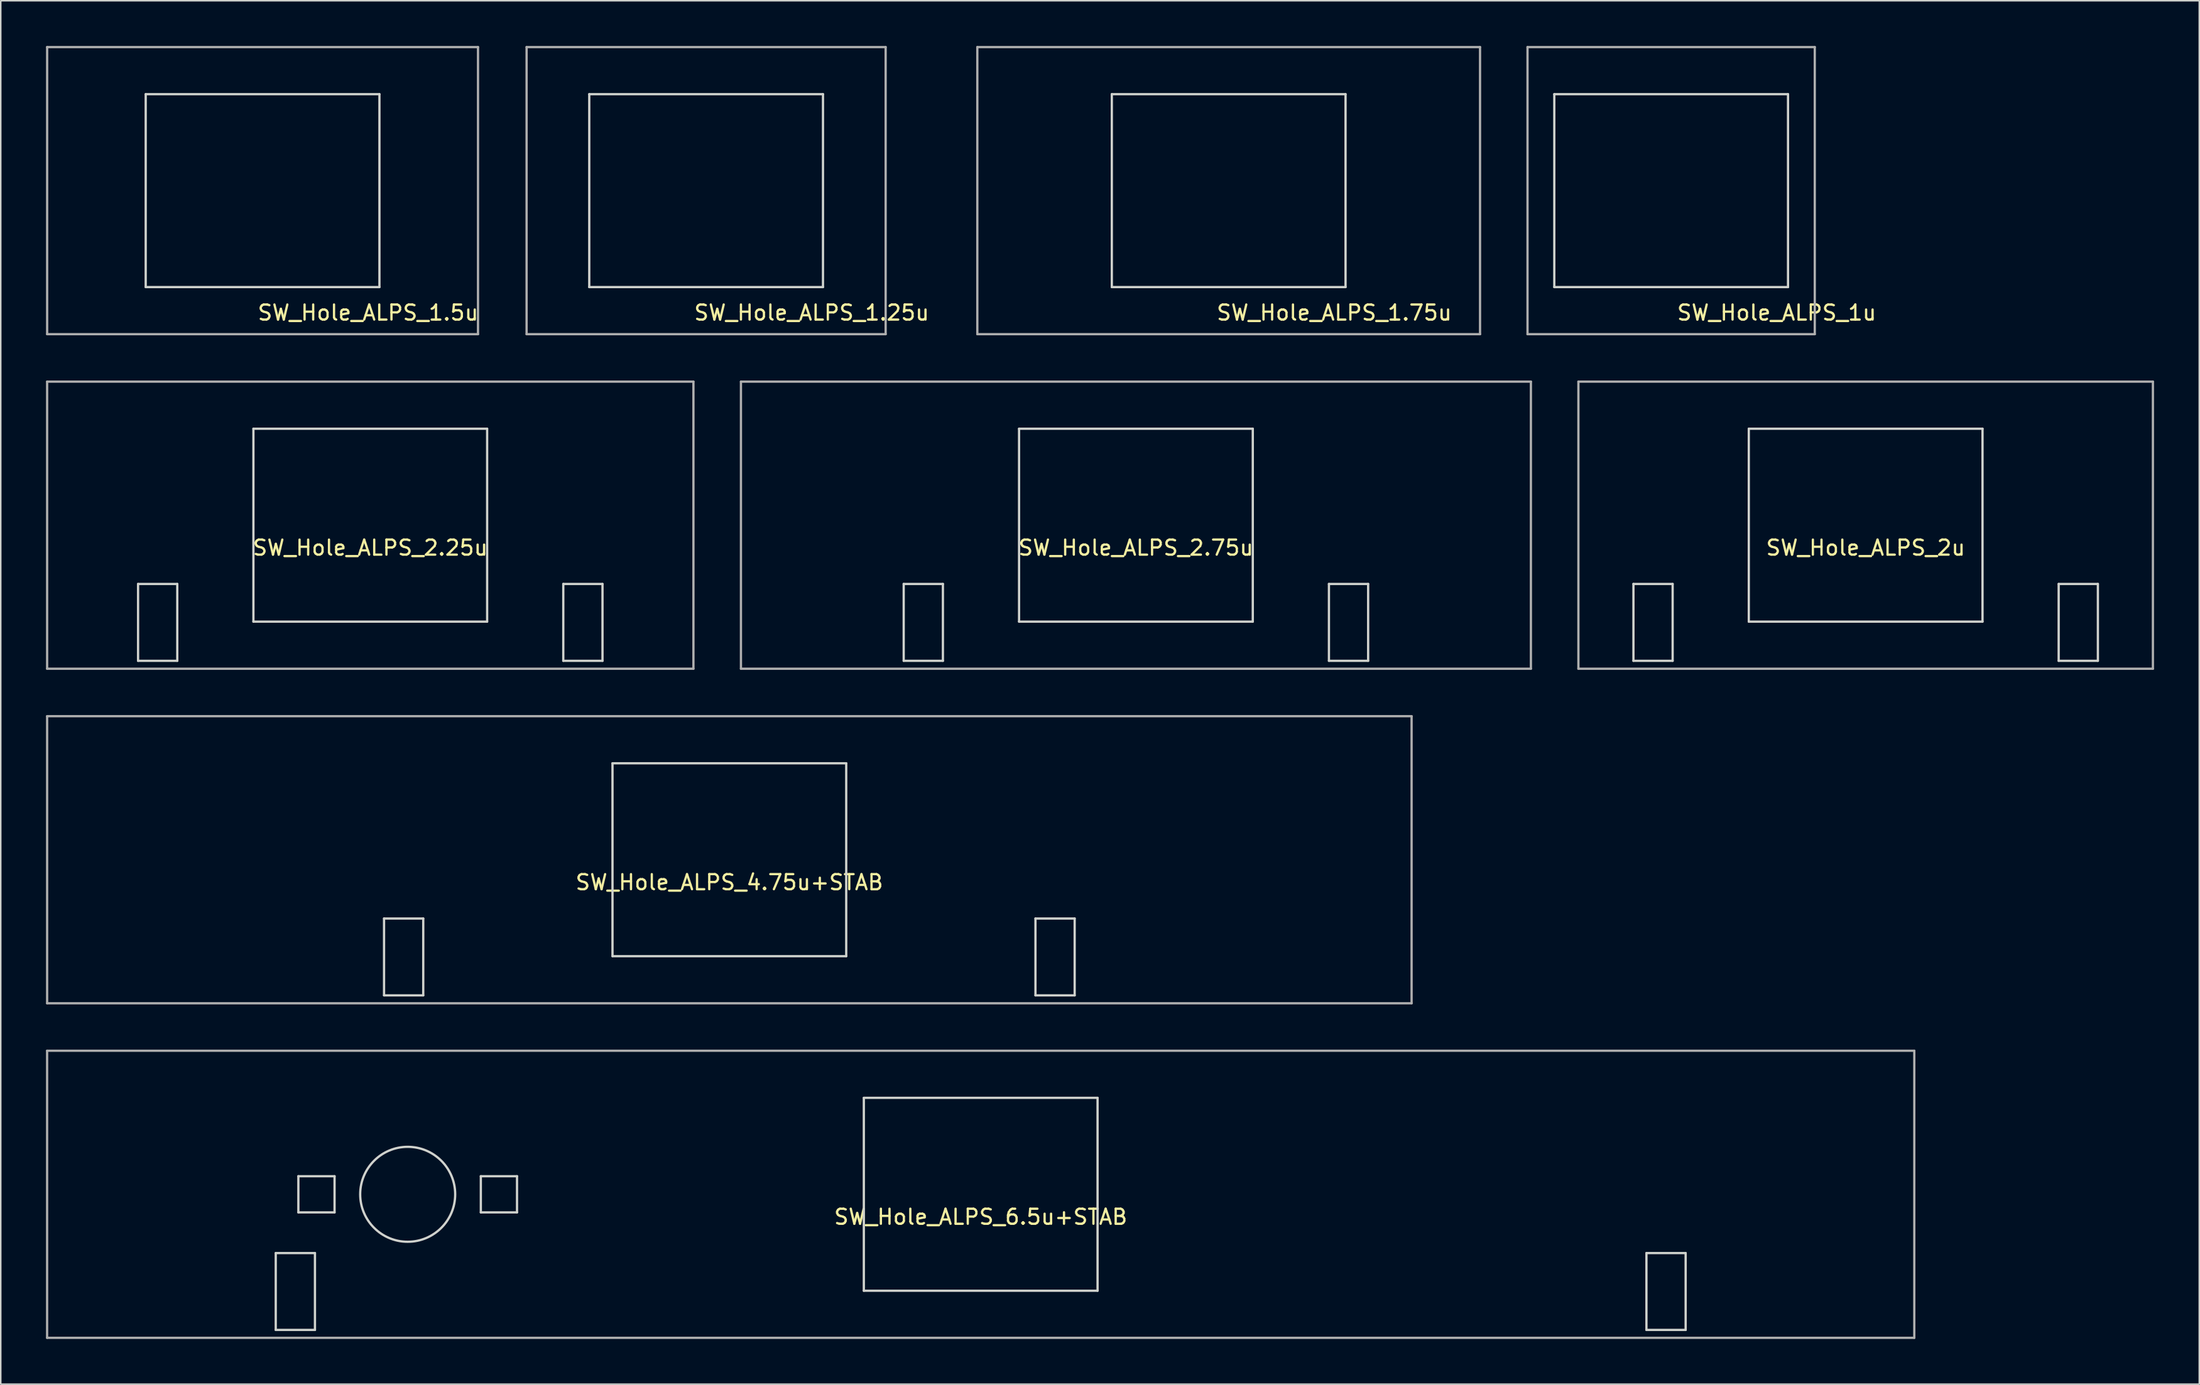
<source format=kicad_pcb>
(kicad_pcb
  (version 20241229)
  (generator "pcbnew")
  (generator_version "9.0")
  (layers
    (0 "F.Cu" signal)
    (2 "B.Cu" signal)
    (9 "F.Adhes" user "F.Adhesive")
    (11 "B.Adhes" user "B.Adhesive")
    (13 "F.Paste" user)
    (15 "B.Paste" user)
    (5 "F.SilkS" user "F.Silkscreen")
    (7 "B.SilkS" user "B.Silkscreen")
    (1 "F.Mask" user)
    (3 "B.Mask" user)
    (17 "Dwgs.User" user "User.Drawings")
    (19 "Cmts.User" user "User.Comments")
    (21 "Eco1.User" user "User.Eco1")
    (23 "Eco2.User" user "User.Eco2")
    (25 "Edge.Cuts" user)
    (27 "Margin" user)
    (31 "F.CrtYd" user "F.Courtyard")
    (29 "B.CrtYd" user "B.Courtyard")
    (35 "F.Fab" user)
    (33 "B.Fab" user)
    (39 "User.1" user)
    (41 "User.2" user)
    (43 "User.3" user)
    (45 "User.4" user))
  (footprint "SW_Hole_ALPS_2.75u"
    (layer "F.Cu")
    (at 72.281 31.8)
    (property "Reference" "SW_Hole_ALPS_2.75u" (at 0 1.5 0) (layer "F.SilkS") (effects (font (size 1 1) (thickness 0.15))))
    (attr through_hole)
    (fp_line (start -15.4 3.9) (end -12.8 3.9) (stroke (width 0.15) (type solid)) (layer "Edge.Cuts"))
    (fp_line (start -15.4 9) (end -15.4 3.9) (stroke (width 0.15) (type solid)) (layer "Edge.Cuts"))
    (fp_line (start -12.8 3.9) (end -12.8 9) (stroke (width 0.15) (type solid)) (layer "Edge.Cuts"))
    (fp_line (start -12.8 9) (end -15.4 9) (stroke (width 0.15) (type solid)) (layer "Edge.Cuts"))
    (fp_line (start -7.75 -6.4) (end -7.75 6.4) (stroke (width 0.15) (type solid)) (layer "Edge.Cuts"))
    (fp_line (start -7.75 6.4) (end 7.75 6.4) (stroke (width 0.15) (type solid)) (layer "Edge.Cuts"))
    (fp_line (start 7.75 -6.4) (end -7.75 -6.4) (stroke (width 0.15) (type solid)) (layer "Edge.Cuts"))
    (fp_line (start 7.75 6.4) (end 7.75 -6.4) (stroke (width 0.15) (type solid)) (layer "Edge.Cuts"))
    (fp_line (start 12.8 3.9) (end 12.8 9) (stroke (width 0.15) (type solid)) (layer "Edge.Cuts"))
    (fp_line (start 12.8 9) (end 15.4 9) (stroke (width 0.15) (type solid)) (layer "Edge.Cuts"))
    (fp_line (start 15.4 3.9) (end 12.8 3.9) (stroke (width 0.15) (type solid)) (layer "Edge.Cuts"))
    (fp_line (start 15.4 9) (end 15.4 3.9) (stroke (width 0.15) (type solid)) (layer "Edge.Cuts"))
    (fp_line (start -26.194 -9.525) (end -26.194 9.525) (stroke (width 0.15) (type solid)) (layer "F.Fab"))
    (fp_line (start -26.194 9.525) (end 26.194 9.525) (stroke (width 0.15) (type solid)) (layer "F.Fab"))
    (fp_line (start 26.194 -9.525) (end -26.194 -9.525) (stroke (width 0.15) (type solid)) (layer "F.Fab"))
    (fp_line (start 26.194 9.525) (end 26.194 -9.525) (stroke (width 0.15) (type solid)) (layer "F.Fab")))
  (footprint "SW_Hole_ALPS_4.75u+STAB"
    (layer "F.Cu")
    (at 45.319 54)
    (property "Reference" "SW_Hole_ALPS_4.75u+STAB" (at 0 1.5 0) (layer "F.SilkS") (effects (font (size 1 1) (thickness 0.15))))
    (attr through_hole)
    (fp_line (start -22.9 3.9) (end -20.3 3.9) (stroke (width 0.15) (type solid)) (layer "Edge.Cuts"))
    (fp_line (start -22.9 9) (end -22.9 3.9) (stroke (width 0.15) (type solid)) (layer "Edge.Cuts"))
    (fp_line (start -20.3 3.9) (end -20.3 9) (stroke (width 0.15) (type solid)) (layer "Edge.Cuts"))
    (fp_line (start -20.3 9) (end -22.9 9) (stroke (width 0.15) (type solid)) (layer "Edge.Cuts"))
    (fp_line (start -7.75 -6.4) (end -7.75 6.4) (stroke (width 0.15) (type solid)) (layer "Edge.Cuts"))
    (fp_line (start -7.75 6.4) (end 7.75 6.4) (stroke (width 0.15) (type solid)) (layer "Edge.Cuts"))
    (fp_line (start 7.75 -6.4) (end -7.75 -6.4) (stroke (width 0.15) (type solid)) (layer "Edge.Cuts"))
    (fp_line (start 7.75 6.4) (end 7.75 -6.4) (stroke (width 0.15) (type solid)) (layer "Edge.Cuts"))
    (fp_line (start 20.3 3.9) (end 20.3 9) (stroke (width 0.15) (type solid)) (layer "Edge.Cuts"))
    (fp_line (start 20.3 9) (end 22.9 9) (stroke (width 0.15) (type solid)) (layer "Edge.Cuts"))
    (fp_line (start 22.9 3.9) (end 20.3 3.9) (stroke (width 0.15) (type solid)) (layer "Edge.Cuts"))
    (fp_line (start 22.9 9) (end 22.9 3.9) (stroke (width 0.15) (type solid)) (layer "Edge.Cuts"))
    (fp_line (start -45.244 -9.525) (end -45.244 9.525) (stroke (width 0.15) (type solid)) (layer "F.Fab"))
    (fp_line (start -45.244 9.525) (end 45.244 9.525) (stroke (width 0.15) (type solid)) (layer "F.Fab"))
    (fp_line (start 45.244 -9.525) (end -45.244 -9.525) (stroke (width 0.15) (type solid)) (layer "F.Fab"))
    (fp_line (start 45.244 9.525) (end 45.244 -9.525) (stroke (width 0.15) (type solid)) (layer "F.Fab")))
  (footprint "SW_Hole_ALPS_1.25u"
    (layer "F.Cu")
    (at 43.778 9.6)
    (property "Reference" "SW_Hole_ALPS_1.25u" (at 7 8.1 0) (layer "F.SilkS") (effects (font (size 1 1) (thickness 0.15))))
    (attr through_hole)
    (fp_line (start -7.75 -6.4) (end 7.75 -6.4) (stroke (width 0.15) (type solid)) (layer "Edge.Cuts"))
    (fp_line (start -7.75 6.4) (end -7.75 -6.4) (stroke (width 0.15) (type solid)) (layer "Edge.Cuts"))
    (fp_line (start 7.75 -6.4) (end 7.75 6.4) (stroke (width 0.15) (type solid)) (layer "Edge.Cuts"))
    (fp_line (start 7.75 6.4) (end -7.75 6.4) (stroke (width 0.15) (type solid)) (layer "Edge.Cuts"))
    (fp_line (start -11.906 -9.525) (end -11.906 9.525) (stroke (width 0.15) (type solid)) (layer "F.Fab"))
    (fp_line (start -11.906 9.525) (end 11.906 9.525) (stroke (width 0.15) (type solid)) (layer "F.Fab"))
    (fp_line (start 11.906 -9.525) (end -11.906 -9.525) (stroke (width 0.15) (type solid)) (layer "F.Fab"))
    (fp_line (start 11.906 9.525) (end 11.906 -9.525) (stroke (width 0.15) (type solid)) (layer "F.Fab")))
  (footprint "SW_Hole_ALPS_1.5u"
    (layer "F.Cu")
    (at 14.363 9.6)
    (property "Reference" "SW_Hole_ALPS_1.5u" (at 7 8.1 0) (layer "F.SilkS") (effects (font (size 1 1) (thickness 0.15))))
    (attr through_hole)
    (fp_line (start -7.75 -6.4) (end 7.75 -6.4) (stroke (width 0.15) (type solid)) (layer "Edge.Cuts"))
    (fp_line (start -7.75 6.4) (end -7.75 -6.4) (stroke (width 0.15) (type solid)) (layer "Edge.Cuts"))
    (fp_line (start 7.75 -6.4) (end 7.75 6.4) (stroke (width 0.15) (type solid)) (layer "Edge.Cuts"))
    (fp_line (start 7.75 6.4) (end -7.75 6.4) (stroke (width 0.15) (type solid)) (layer "Edge.Cuts"))
    (fp_line (start -14.287 -9.525) (end -14.287 9.525) (stroke (width 0.15) (type solid)) (layer "F.Fab"))
    (fp_line (start -14.287 9.525) (end 14.287 9.525) (stroke (width 0.15) (type solid)) (layer "F.Fab"))
    (fp_line (start 14.287 -9.525) (end -14.287 -9.525) (stroke (width 0.15) (type solid)) (layer "F.Fab"))
    (fp_line (start 14.287 9.525) (end 14.287 -9.525) (stroke (width 0.15) (type solid)) (layer "F.Fab")))
  (footprint "SW_Hole_ALPS_2.25u"
    (layer "F.Cu")
    (at 21.506 31.8)
    (property "Reference" "SW_Hole_ALPS_2.25u" (at 0 1.5 0) (layer "F.SilkS") (effects (font (size 1 1) (thickness 0.15))))
    (attr through_hole)
    (fp_line (start -15.4 3.9) (end -12.8 3.9) (stroke (width 0.15) (type solid)) (layer "Edge.Cuts"))
    (fp_line (start -15.4 9) (end -15.4 3.9) (stroke (width 0.15) (type solid)) (layer "Edge.Cuts"))
    (fp_line (start -12.8 3.9) (end -12.8 9) (stroke (width 0.15) (type solid)) (layer "Edge.Cuts"))
    (fp_line (start -12.8 9) (end -15.4 9) (stroke (width 0.15) (type solid)) (layer "Edge.Cuts"))
    (fp_line (start -7.75 -6.4) (end -7.75 6.4) (stroke (width 0.15) (type solid)) (layer "Edge.Cuts"))
    (fp_line (start -7.75 6.4) (end 7.75 6.4) (stroke (width 0.15) (type solid)) (layer "Edge.Cuts"))
    (fp_line (start 7.75 -6.4) (end -7.75 -6.4) (stroke (width 0.15) (type solid)) (layer "Edge.Cuts"))
    (fp_line (start 7.75 6.4) (end 7.75 -6.4) (stroke (width 0.15) (type solid)) (layer "Edge.Cuts"))
    (fp_line (start 12.8 3.9) (end 12.8 9) (stroke (width 0.15) (type solid)) (layer "Edge.Cuts"))
    (fp_line (start 12.8 9) (end 15.4 9) (stroke (width 0.15) (type solid)) (layer "Edge.Cuts"))
    (fp_line (start 15.4 3.9) (end 12.8 3.9) (stroke (width 0.15) (type solid)) (layer "Edge.Cuts"))
    (fp_line (start 15.4 9) (end 15.4 3.9) (stroke (width 0.15) (type solid)) (layer "Edge.Cuts"))
    (fp_line (start -21.431 -9.525) (end -21.431 9.525) (stroke (width 0.15) (type solid)) (layer "F.Fab"))
    (fp_line (start -21.431 9.525) (end 21.431 9.525) (stroke (width 0.15) (type solid)) (layer "F.Fab"))
    (fp_line (start 21.431 -9.525) (end -21.431 -9.525) (stroke (width 0.15) (type solid)) (layer "F.Fab"))
    (fp_line (start 21.431 9.525) (end 21.431 -9.525) (stroke (width 0.15) (type solid)) (layer "F.Fab")))
  (footprint "SW_Hole_ALPS_6.5u+STAB"
    (layer "F.Cu")
    (at 61.987 76.2)
    (property "Reference" "SW_Hole_ALPS_6.5u+STAB" (at 0 1.5 0) (layer "F.SilkS") (effects (font (size 1 1) (thickness 0.15))))
    (attr through_hole)
    (fp_line (start -46.75 3.9) (end -44.15 3.9) (stroke (width 0.15) (type solid)) (layer "Edge.Cuts"))
    (fp_line (start -46.75 9) (end -46.75 3.9) (stroke (width 0.15) (type solid)) (layer "Edge.Cuts"))
    (fp_line (start -45.25 -1.2) (end -42.85 -1.2) (stroke (width 0.15) (type solid)) (layer "Edge.Cuts"))
    (fp_line (start -45.25 1.2) (end -45.25 -1.2) (stroke (width 0.15) (type solid)) (layer "Edge.Cuts"))
    (fp_line (start -44.15 3.9) (end -44.15 9) (stroke (width 0.15) (type solid)) (layer "Edge.Cuts"))
    (fp_line (start -44.15 9) (end -46.75 9) (stroke (width 0.15) (type solid)) (layer "Edge.Cuts"))
    (fp_line (start -42.85 -1.2) (end -42.85 1.2) (stroke (width 0.15) (type solid)) (layer "Edge.Cuts"))
    (fp_line (start -42.85 1.2) (end -45.25 1.2) (stroke (width 0.15) (type solid)) (layer "Edge.Cuts"))
    (fp_line (start -33.15 -1.2) (end -30.75 -1.2) (stroke (width 0.15) (type solid)) (layer "Edge.Cuts"))
    (fp_line (start -33.15 1.2) (end -33.15 -1.2) (stroke (width 0.15) (type solid)) (layer "Edge.Cuts"))
    (fp_line (start -30.75 -1.2) (end -30.75 1.2) (stroke (width 0.15) (type solid)) (layer "Edge.Cuts"))
    (fp_line (start -30.75 1.2) (end -33.15 1.2) (stroke (width 0.15) (type solid)) (layer "Edge.Cuts"))
    (fp_line (start -7.75 -6.4) (end -7.75 6.4) (stroke (width 0.15) (type solid)) (layer "Edge.Cuts"))
    (fp_line (start -7.75 6.4) (end 7.75 6.4) (stroke (width 0.15) (type solid)) (layer "Edge.Cuts"))
    (fp_line (start 7.75 -6.4) (end -7.75 -6.4) (stroke (width 0.15) (type solid)) (layer "Edge.Cuts"))
    (fp_line (start 7.75 6.4) (end 7.75 -6.4) (stroke (width 0.15) (type solid)) (layer "Edge.Cuts"))
    (fp_line (start 44.15 3.9) (end 44.15 9) (stroke (width 0.15) (type solid)) (layer "Edge.Cuts"))
    (fp_line (start 44.15 9) (end 46.75 9) (stroke (width 0.15) (type solid)) (layer "Edge.Cuts"))
    (fp_line (start 46.75 3.9) (end 44.15 3.9) (stroke (width 0.15) (type solid)) (layer "Edge.Cuts"))
    (fp_line (start 46.75 9) (end 46.75 3.9) (stroke (width 0.15) (type solid)) (layer "Edge.Cuts"))
    (fp_circle (center -38 0) (end -34.85 0) (stroke (width 0.15) (type solid)) (fill no) (layer "Edge.Cuts"))
    (fp_line (start -61.913 -9.525) (end -61.913 9.525) (stroke (width 0.15) (type solid)) (layer "F.Fab"))
    (fp_line (start -61.913 9.525) (end 61.913 9.525) (stroke (width 0.15) (type solid)) (layer "F.Fab"))
    (fp_line (start 61.913 -9.525) (end -61.913 -9.525) (stroke (width 0.15) (type solid)) (layer "F.Fab"))
    (fp_line (start 61.913 9.525) (end 61.913 -9.525) (stroke (width 0.15) (type solid)) (layer "F.Fab")))
  (footprint "SW_Hole_ALPS_1.75u"
    (layer "F.Cu")
    (at 78.433 9.6)
    (property "Reference" "SW_Hole_ALPS_1.75u" (at 7 8.1 0) (layer "F.SilkS") (effects (font (size 1 1) (thickness 0.15))))
    (attr through_hole)
    (fp_line (start -7.75 -6.4) (end 7.75 -6.4) (stroke (width 0.15) (type solid)) (layer "Edge.Cuts"))
    (fp_line (start -7.75 6.4) (end -7.75 -6.4) (stroke (width 0.15) (type solid)) (layer "Edge.Cuts"))
    (fp_line (start 7.75 -6.4) (end 7.75 6.4) (stroke (width 0.15) (type solid)) (layer "Edge.Cuts"))
    (fp_line (start 7.75 6.4) (end -7.75 6.4) (stroke (width 0.15) (type solid)) (layer "Edge.Cuts"))
    (fp_line (start -16.669 -9.525) (end -16.669 9.525) (stroke (width 0.15) (type solid)) (layer "F.Fab"))
    (fp_line (start -16.669 9.525) (end 16.669 9.525) (stroke (width 0.15) (type solid)) (layer "F.Fab"))
    (fp_line (start 16.669 -9.525) (end -16.669 -9.525) (stroke (width 0.15) (type solid)) (layer "F.Fab"))
    (fp_line (start 16.669 9.525) (end 16.669 -9.525) (stroke (width 0.15) (type solid)) (layer "F.Fab")))
  (footprint "SW_Hole_ALPS_1u"
    (layer "F.Cu")
    (at 107.776 9.6)
    (property "Reference" "SW_Hole_ALPS_1u" (at 7 8.1 0) (layer "F.SilkS") (effects (font (size 1 1) (thickness 0.15))))
    (attr through_hole)
    (fp_line (start -7.75 -6.4) (end 7.75 -6.4) (stroke (width 0.15) (type solid)) (layer "Edge.Cuts"))
    (fp_line (start -7.75 6.4) (end -7.75 -6.4) (stroke (width 0.15) (type solid)) (layer "Edge.Cuts"))
    (fp_line (start 7.75 -6.4) (end 7.75 6.4) (stroke (width 0.15) (type solid)) (layer "Edge.Cuts"))
    (fp_line (start 7.75 6.4) (end -7.75 6.4) (stroke (width 0.15) (type solid)) (layer "Edge.Cuts"))
    (fp_line (start -9.525 -9.525) (end -9.525 9.525) (stroke (width 0.15) (type solid)) (layer "F.Fab"))
    (fp_line (start -9.525 9.525) (end 9.525 9.525) (stroke (width 0.15) (type solid)) (layer "F.Fab"))
    (fp_line (start 9.525 -9.525) (end -9.525 -9.525) (stroke (width 0.15) (type solid)) (layer "F.Fab"))
    (fp_line (start 9.525 9.525) (end 9.525 -9.525) (stroke (width 0.15) (type solid)) (layer "F.Fab")))
  (footprint "SW_Hole_ALPS_2u"
    (layer "F.Cu")
    (at 120.675 31.8)
    (property "Reference" "SW_Hole_ALPS_2u" (at 0 1.5 0) (layer "F.SilkS") (effects (font (size 1 1) (thickness 0.15))))
    (attr through_hole)
    (fp_line (start -15.4 3.9) (end -12.8 3.9) (stroke (width 0.15) (type solid)) (layer "Edge.Cuts"))
    (fp_line (start -15.4 9) (end -15.4 3.9) (stroke (width 0.15) (type solid)) (layer "Edge.Cuts"))
    (fp_line (start -12.8 3.9) (end -12.8 9) (stroke (width 0.15) (type solid)) (layer "Edge.Cuts"))
    (fp_line (start -12.8 9) (end -15.4 9) (stroke (width 0.15) (type solid)) (layer "Edge.Cuts"))
    (fp_line (start -7.75 -6.4) (end -7.75 6.4) (stroke (width 0.15) (type solid)) (layer "Edge.Cuts"))
    (fp_line (start -7.75 6.4) (end 7.75 6.4) (stroke (width 0.15) (type solid)) (layer "Edge.Cuts"))
    (fp_line (start 7.75 -6.4) (end -7.75 -6.4) (stroke (width 0.15) (type solid)) (layer "Edge.Cuts"))
    (fp_line (start 7.75 6.4) (end 7.75 -6.4) (stroke (width 0.15) (type solid)) (layer "Edge.Cuts"))
    (fp_line (start 12.8 3.9) (end 12.8 9) (stroke (width 0.15) (type solid)) (layer "Edge.Cuts"))
    (fp_line (start 12.8 9) (end 15.4 9) (stroke (width 0.15) (type solid)) (layer "Edge.Cuts"))
    (fp_line (start 15.4 3.9) (end 12.8 3.9) (stroke (width 0.15) (type solid)) (layer "Edge.Cuts"))
    (fp_line (start 15.4 9) (end 15.4 3.9) (stroke (width 0.15) (type solid)) (layer "Edge.Cuts"))
    (fp_line (start -19.05 -9.525) (end -19.05 9.525) (stroke (width 0.15) (type solid)) (layer "F.Fab"))
    (fp_line (start -19.05 9.525) (end 19.05 9.525) (stroke (width 0.15) (type solid)) (layer "F.Fab"))
    (fp_line (start 19.05 -9.525) (end -19.05 -9.525) (stroke (width 0.15) (type solid)) (layer "F.Fab"))
    (fp_line (start 19.05 9.525) (end 19.05 -9.525) (stroke (width 0.15) (type solid)) (layer "F.Fab")))
  (gr_rect
    (start -3 -3)
    (end 142.8 88.8)
    (stroke (width 0.1) (type default))
    (fill no)
    (layer "Edge.Cuts")))
</source>
